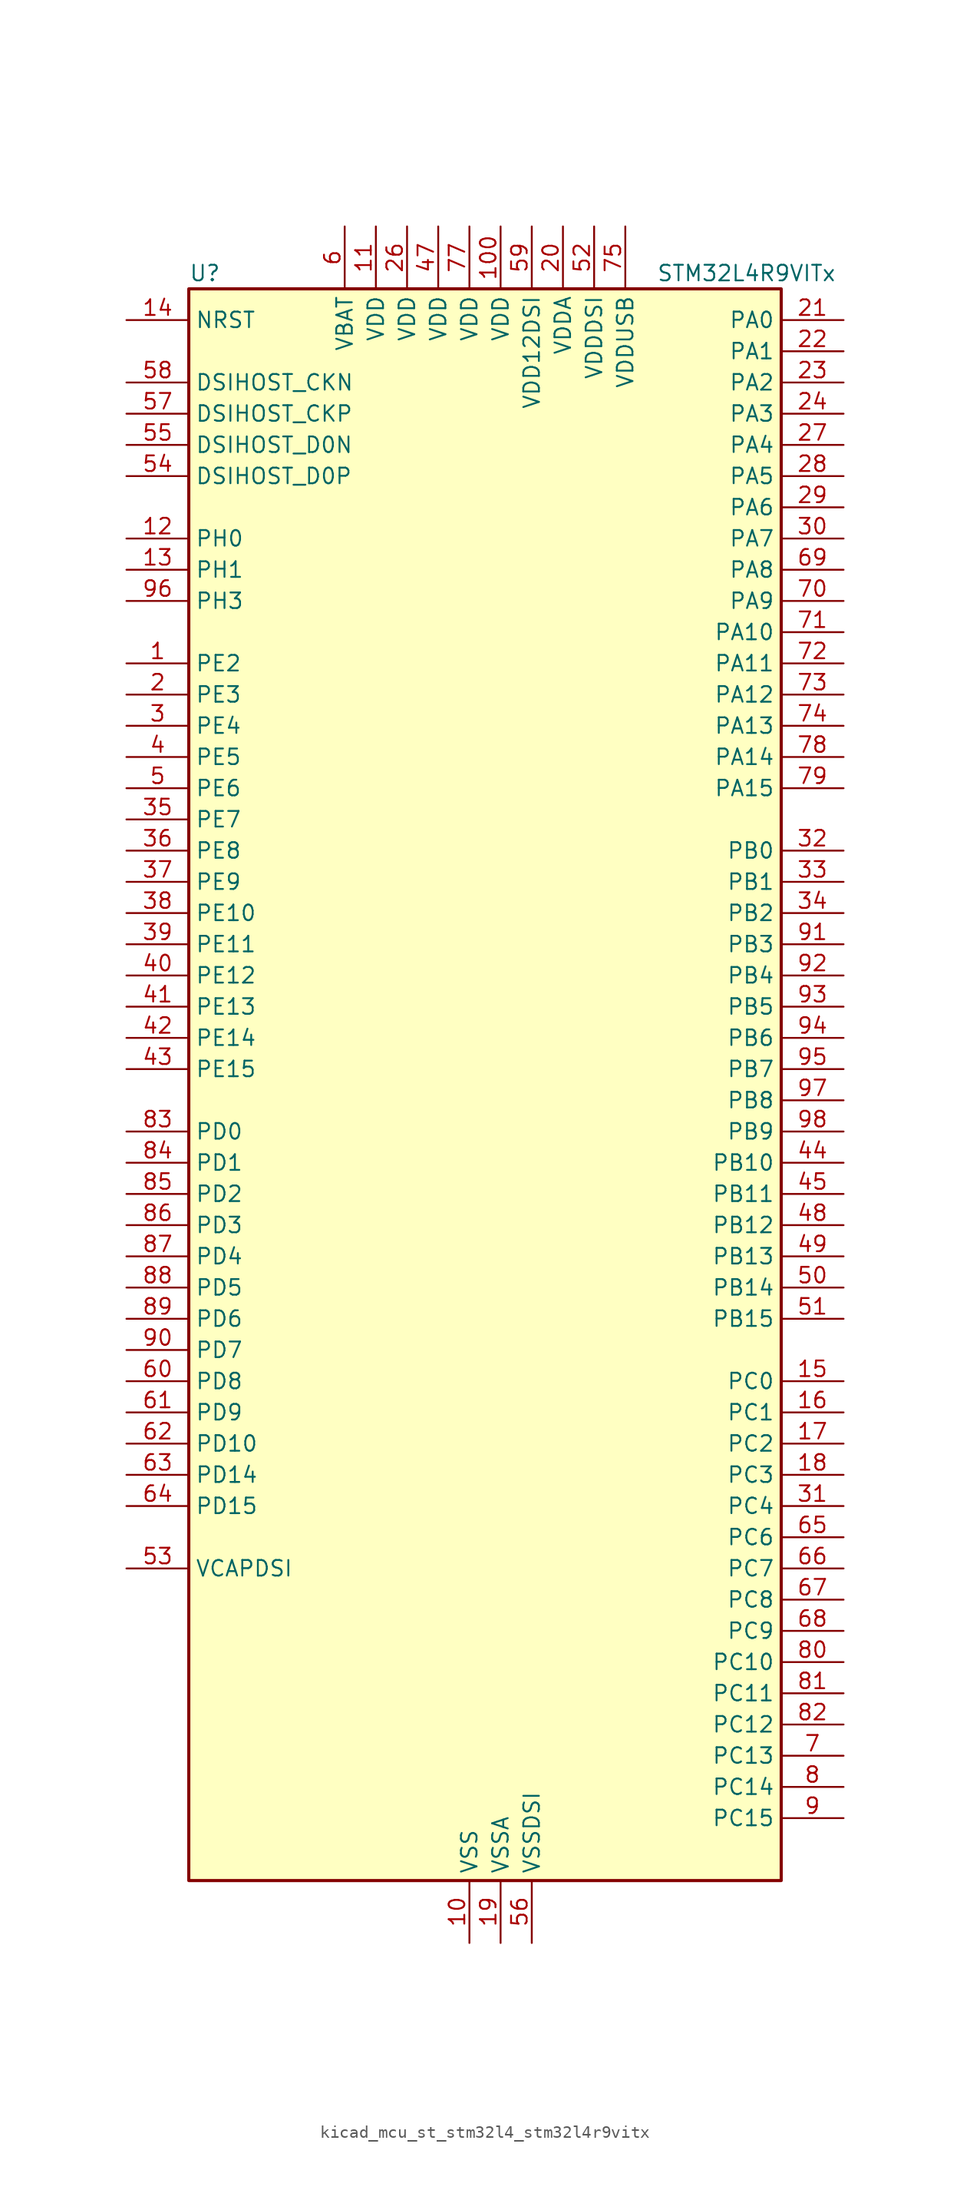
<source format=kicad_sym>
(kicad_symbol_lib
  (version 20220914)
  (generator kicad_symbol_editor)
  (symbol "kicad_mcu_st_stm32l4_stm32l4r9vitx"
    (property "Reference" "U"
      (at -22.86 67.31 0)
      (effects (font (size 1.27 1.27)) (justify left)))
    (property "Value" "STM32L4R9VITx"
      (at 15.24 67.31 0)
      (effects (font (size 1.27 1.27)) (justify left)))
    (property "ki_locked" ""
      (at 0 0 0)
      (effects (font (size 1.27 1.27))))
    (symbol "kicad_mcu_st_stm32l4_stm32l4r9vitx_0_1"
      (rectangle (start -22.86 -63.5) (end 25.4 66.04) (stroke (width 0.254) (type default)) (fill (type background))))
    (symbol "kicad_mcu_st_stm32l4_stm32l4r9vitx_1_1"
      (pin bidirectional line (at -27.94 35.56 0) (length 5.08) (name "PE2" (effects (font (size 1.27 1.27)))) (number "1" (effects (font (size 1.27 1.27)))) (alternate "FMC_A23" bidirectional line) (alternate "LTDC_R0" bidirectional line) (alternate "SAI1_CK1" bidirectional line) (alternate "SAI1_MCLK_A" bidirectional line) (alternate "SYS_TRACECLK" bidirectional line) (alternate "TIM3_ETR" bidirectional line) (alternate "TSC_G7_IO1" bidirectional line))
      (pin power_in line (at 0 -68.58 90) (length 5.08) (name "VSS" (effects (font (size 1.27 1.27)))) (number "10" (effects (font (size 1.27 1.27)))))
      (pin power_in line (at 2.54 71.12 270) (length 5.08) (name "VDD" (effects (font (size 1.27 1.27)))) (number "100" (effects (font (size 1.27 1.27)))))
      (pin power_in line (at -7.62 71.12 270) (length 5.08) (name "VDD" (effects (font (size 1.27 1.27)))) (number "11" (effects (font (size 1.27 1.27)))))
      (pin bidirectional line (at -27.94 45.72 0) (length 5.08) (name "PH0" (effects (font (size 1.27 1.27)))) (number "12" (effects (font (size 1.27 1.27)))) (alternate "RCC_OSC_IN" bidirectional line))
      (pin bidirectional line (at -27.94 43.18 0) (length 5.08) (name "PH1" (effects (font (size 1.27 1.27)))) (number "13" (effects (font (size 1.27 1.27)))) (alternate "RCC_OSC_OUT" bidirectional line))
      (pin input line (at -27.94 63.5 0) (length 5.08) (name "NRST" (effects (font (size 1.27 1.27)))) (number "14" (effects (font (size 1.27 1.27)))))
      (pin bidirectional line (at 30.48 -22.86 180) (length 5.08) (name "PC0" (effects (font (size 1.27 1.27)))) (number "15" (effects (font (size 1.27 1.27)))) (alternate "ADC1_IN1" bidirectional line) (alternate "DFSDM1_DATIN4" bidirectional line) (alternate "I2C3_SCL" bidirectional line) (alternate "LPTIM1_IN1" bidirectional line) (alternate "LPTIM2_IN1" bidirectional line) (alternate "LPUART1_RX" bidirectional line) (alternate "SAI2_FS_A" bidirectional line))
      (pin bidirectional line (at 30.48 -25.4 180) (length 5.08) (name "PC1" (effects (font (size 1.27 1.27)))) (number "16" (effects (font (size 1.27 1.27)))) (alternate "ADC1_IN2" bidirectional line) (alternate "DFSDM1_CKIN4" bidirectional line) (alternate "I2C3_SDA" bidirectional line) (alternate "LPTIM1_OUT" bidirectional line) (alternate "LPUART1_TX" bidirectional line) (alternate "OCTOSPIM_P1_IO4" bidirectional line) (alternate "SAI1_SD_A" bidirectional line) (alternate "SPI2_MOSI" bidirectional line) (alternate "SYS_TRACED0" bidirectional line))
      (pin bidirectional line (at 30.48 -27.94 180) (length 5.08) (name "PC2" (effects (font (size 1.27 1.27)))) (number "17" (effects (font (size 1.27 1.27)))) (alternate "ADC1_IN3" bidirectional line) (alternate "DFSDM1_CKOUT" bidirectional line) (alternate "LPTIM1_IN2" bidirectional line) (alternate "OCTOSPIM_P1_IO5" bidirectional line) (alternate "SPI2_MISO" bidirectional line))
      (pin bidirectional line (at 30.48 -30.48 180) (length 5.08) (name "PC3" (effects (font (size 1.27 1.27)))) (number "18" (effects (font (size 1.27 1.27)))) (alternate "ADC1_IN4" bidirectional line) (alternate "LPTIM1_ETR" bidirectional line) (alternate "LPTIM2_ETR" bidirectional line) (alternate "OCTOSPIM_P1_IO6" bidirectional line) (alternate "SAI1_D1" bidirectional line) (alternate "SAI1_SD_A" bidirectional line) (alternate "SPI2_MOSI" bidirectional line))
      (pin power_in line (at 2.54 -68.58 90) (length 5.08) (name "VSSA" (effects (font (size 1.27 1.27)))) (number "19" (effects (font (size 1.27 1.27)))))
      (pin bidirectional line (at -27.94 33.02 0) (length 5.08) (name "PE3" (effects (font (size 1.27 1.27)))) (number "2" (effects (font (size 1.27 1.27)))) (alternate "FMC_A19" bidirectional line) (alternate "LTDC_R1" bidirectional line) (alternate "OCTOSPIM_P1_DQS" bidirectional line) (alternate "SAI1_SD_B" bidirectional line) (alternate "SYS_TRACED0" bidirectional line) (alternate "TIM3_CH1" bidirectional line) (alternate "TSC_G7_IO2" bidirectional line))
      (pin power_in line (at 7.62 71.12 270) (length 5.08) (name "VDDA" (effects (font (size 1.27 1.27)))) (number "20" (effects (font (size 1.27 1.27)))))
      (pin bidirectional line (at 30.48 63.5 180) (length 5.08) (name "PA0" (effects (font (size 1.27 1.27)))) (number "21" (effects (font (size 1.27 1.27)))) (alternate "ADC1_IN5" bidirectional line) (alternate "OPAMP1_VINP" bidirectional line) (alternate "RTC_TAMP2" bidirectional line) (alternate "SAI1_EXTCLK" bidirectional line) (alternate "SYS_WKUP1" bidirectional line) (alternate "TIM2_CH1" bidirectional line) (alternate "TIM2_ETR" bidirectional line) (alternate "TIM5_CH1" bidirectional line) (alternate "TIM8_ETR" bidirectional line) (alternate "UART4_TX" bidirectional line) (alternate "USART2_CTS" bidirectional line) (alternate "USART2_NSS" bidirectional line))
      (pin bidirectional line (at 30.48 60.96 180) (length 5.08) (name "PA1" (effects (font (size 1.27 1.27)))) (number "22" (effects (font (size 1.27 1.27)))) (alternate "ADC1_IN6" bidirectional line) (alternate "I2C1_SMBA" bidirectional line) (alternate "OCTOSPIM_P1_DQS" bidirectional line) (alternate "OPAMP1_VINM" bidirectional line) (alternate "SPI1_SCK" bidirectional line) (alternate "TIM15_CH1N" bidirectional line) (alternate "TIM2_CH2" bidirectional line) (alternate "TIM5_CH2" bidirectional line) (alternate "UART4_RX" bidirectional line) (alternate "USART2_DE" bidirectional line) (alternate "USART2_RTS" bidirectional line))
      (pin bidirectional line (at 30.48 58.42 180) (length 5.08) (name "PA2" (effects (font (size 1.27 1.27)))) (number "23" (effects (font (size 1.27 1.27)))) (alternate "ADC1_IN7" bidirectional line) (alternate "LPUART1_TX" bidirectional line) (alternate "OCTOSPIM_P1_NCS" bidirectional line) (alternate "RCC_LSCO" bidirectional line) (alternate "SAI2_EXTCLK" bidirectional line) (alternate "SYS_WKUP4" bidirectional line) (alternate "TIM15_CH1" bidirectional line) (alternate "TIM2_CH3" bidirectional line) (alternate "TIM5_CH3" bidirectional line) (alternate "USART2_TX" bidirectional line))
      (pin bidirectional line (at 30.48 55.88 180) (length 5.08) (name "PA3" (effects (font (size 1.27 1.27)))) (number "24" (effects (font (size 1.27 1.27)))) (alternate "ADC1_IN8" bidirectional line) (alternate "LPUART1_RX" bidirectional line) (alternate "OCTOSPIM_P1_CLK" bidirectional line) (alternate "OPAMP1_VOUT" bidirectional line) (alternate "SAI1_CK1" bidirectional line) (alternate "SAI1_MCLK_A" bidirectional line) (alternate "TIM15_CH2" bidirectional line) (alternate "TIM2_CH4" bidirectional line) (alternate "TIM5_CH4" bidirectional line) (alternate "USART2_RX" bidirectional line))
      (pin passive line (at 0 -68.58 90) (length 5.08) hide (name "VSS" (effects (font (size 1.27 1.27)))) (number "25" (effects (font (size 1.27 1.27)))))
      (pin power_in line (at -5.08 71.12 270) (length 5.08) (name "VDD" (effects (font (size 1.27 1.27)))) (number "26" (effects (font (size 1.27 1.27)))))
      (pin bidirectional line (at 30.48 53.34 180) (length 5.08) (name "PA4" (effects (font (size 1.27 1.27)))) (number "27" (effects (font (size 1.27 1.27)))) (alternate "ADC1_IN9" bidirectional line) (alternate "DAC1_OUT1" bidirectional line) (alternate "DCMI_HSYNC" bidirectional line) (alternate "LPTIM2_OUT" bidirectional line) (alternate "OCTOSPIM_P1_NCS" bidirectional line) (alternate "SAI1_FS_B" bidirectional line) (alternate "SPI1_NSS" bidirectional line) (alternate "SPI3_NSS" bidirectional line) (alternate "USART2_CK" bidirectional line))
      (pin bidirectional line (at 30.48 50.8 180) (length 5.08) (name "PA5" (effects (font (size 1.27 1.27)))) (number "28" (effects (font (size 1.27 1.27)))) (alternate "ADC1_IN10" bidirectional line) (alternate "DAC1_OUT2" bidirectional line) (alternate "LPTIM2_ETR" bidirectional line) (alternate "SPI1_SCK" bidirectional line) (alternate "TIM2_CH1" bidirectional line) (alternate "TIM2_ETR" bidirectional line) (alternate "TIM8_CH1N" bidirectional line))
      (pin bidirectional line (at 30.48 48.26 180) (length 5.08) (name "PA6" (effects (font (size 1.27 1.27)))) (number "29" (effects (font (size 1.27 1.27)))) (alternate "ADC1_IN11" bidirectional line) (alternate "DCMI_PIXCLK" bidirectional line) (alternate "LPUART1_CTS" bidirectional line) (alternate "OCTOSPIM_P1_IO3" bidirectional line) (alternate "OPAMP2_VINP" bidirectional line) (alternate "SPI1_MISO" bidirectional line) (alternate "TIM16_CH1" bidirectional line) (alternate "TIM1_BKIN" bidirectional line) (alternate "TIM3_CH1" bidirectional line) (alternate "TIM8_BKIN" bidirectional line) (alternate "USART3_CTS" bidirectional line) (alternate "USART3_NSS" bidirectional line))
      (pin bidirectional line (at -27.94 30.48 0) (length 5.08) (name "PE4" (effects (font (size 1.27 1.27)))) (number "3" (effects (font (size 1.27 1.27)))) (alternate "DCMI_D4" bidirectional line) (alternate "DFSDM1_DATIN3" bidirectional line) (alternate "FMC_A20" bidirectional line) (alternate "LTDC_B0" bidirectional line) (alternate "SAI1_D2" bidirectional line) (alternate "SAI1_FS_A" bidirectional line) (alternate "SYS_TRACED1" bidirectional line) (alternate "TIM3_CH2" bidirectional line) (alternate "TSC_G7_IO3" bidirectional line))
      (pin bidirectional line (at 30.48 45.72 180) (length 5.08) (name "PA7" (effects (font (size 1.27 1.27)))) (number "30" (effects (font (size 1.27 1.27)))) (alternate "ADC1_IN12" bidirectional line) (alternate "I2C3_SCL" bidirectional line) (alternate "OCTOSPIM_P1_IO2" bidirectional line) (alternate "OPAMP2_VINM" bidirectional line) (alternate "SPI1_MOSI" bidirectional line) (alternate "TIM17_CH1" bidirectional line) (alternate "TIM1_CH1N" bidirectional line) (alternate "TIM3_CH2" bidirectional line) (alternate "TIM8_CH1N" bidirectional line))
      (pin bidirectional line (at 30.48 -33.02 180) (length 5.08) (name "PC4" (effects (font (size 1.27 1.27)))) (number "31" (effects (font (size 1.27 1.27)))) (alternate "ADC1_IN13" bidirectional line) (alternate "COMP1_INM" bidirectional line) (alternate "OCTOSPIM_P1_IO7" bidirectional line) (alternate "USART3_TX" bidirectional line))
      (pin bidirectional line (at 30.48 20.32 180) (length 5.08) (name "PB0" (effects (font (size 1.27 1.27)))) (number "32" (effects (font (size 1.27 1.27)))) (alternate "ADC1_IN15" bidirectional line) (alternate "COMP1_OUT" bidirectional line) (alternate "OCTOSPIM_P1_IO1" bidirectional line) (alternate "OPAMP2_VOUT" bidirectional line) (alternate "SAI1_EXTCLK" bidirectional line) (alternate "SPI1_NSS" bidirectional line) (alternate "TIM1_CH2N" bidirectional line) (alternate "TIM3_CH3" bidirectional line) (alternate "TIM8_CH2N" bidirectional line) (alternate "USART3_CK" bidirectional line))
      (pin bidirectional line (at 30.48 17.78 180) (length 5.08) (name "PB1" (effects (font (size 1.27 1.27)))) (number "33" (effects (font (size 1.27 1.27)))) (alternate "ADC1_IN16" bidirectional line) (alternate "COMP1_INM" bidirectional line) (alternate "DFSDM1_DATIN0" bidirectional line) (alternate "LPTIM2_IN1" bidirectional line) (alternate "LPUART1_DE" bidirectional line) (alternate "LPUART1_RTS" bidirectional line) (alternate "OCTOSPIM_P1_IO0" bidirectional line) (alternate "TIM1_CH3N" bidirectional line) (alternate "TIM3_CH4" bidirectional line) (alternate "TIM8_CH3N" bidirectional line) (alternate "USART3_DE" bidirectional line) (alternate "USART3_RTS" bidirectional line))
      (pin bidirectional line (at 30.48 15.24 180) (length 5.08) (name "PB2" (effects (font (size 1.27 1.27)))) (number "34" (effects (font (size 1.27 1.27)))) (alternate "COMP1_INP" bidirectional line) (alternate "DFSDM1_CKIN0" bidirectional line) (alternate "I2C3_SMBA" bidirectional line) (alternate "LPTIM1_OUT" bidirectional line) (alternate "LTDC_B1" bidirectional line) (alternate "OCTOSPIM_P1_DQS" bidirectional line) (alternate "RTC_OUT_ALARM" bidirectional line) (alternate "RTC_OUT_CALIB" bidirectional line))
      (pin bidirectional line (at -27.94 22.86 0) (length 5.08) (name "PE7" (effects (font (size 1.27 1.27)))) (number "35" (effects (font (size 1.27 1.27)))) (alternate "DFSDM1_DATIN2" bidirectional line) (alternate "FMC_D4" bidirectional line) (alternate "FMC_DA4" bidirectional line) (alternate "LTDC_B6" bidirectional line) (alternate "SAI1_SD_B" bidirectional line) (alternate "TIM1_ETR" bidirectional line))
      (pin bidirectional line (at -27.94 20.32 0) (length 5.08) (name "PE8" (effects (font (size 1.27 1.27)))) (number "36" (effects (font (size 1.27 1.27)))) (alternate "DFSDM1_CKIN2" bidirectional line) (alternate "FMC_D5" bidirectional line) (alternate "FMC_DA5" bidirectional line) (alternate "LTDC_B7" bidirectional line) (alternate "SAI1_SCK_B" bidirectional line) (alternate "TIM1_CH1N" bidirectional line))
      (pin bidirectional line (at -27.94 17.78 0) (length 5.08) (name "PE9" (effects (font (size 1.27 1.27)))) (number "37" (effects (font (size 1.27 1.27)))) (alternate "DAC1_EXTI9" bidirectional line) (alternate "DFSDM1_CKOUT" bidirectional line) (alternate "FMC_D6" bidirectional line) (alternate "FMC_DA6" bidirectional line) (alternate "LTDC_G2" bidirectional line) (alternate "SAI1_FS_B" bidirectional line) (alternate "TIM1_CH1" bidirectional line))
      (pin bidirectional line (at -27.94 15.24 0) (length 5.08) (name "PE10" (effects (font (size 1.27 1.27)))) (number "38" (effects (font (size 1.27 1.27)))) (alternate "DFSDM1_DATIN4" bidirectional line) (alternate "FMC_D7" bidirectional line) (alternate "FMC_DA7" bidirectional line) (alternate "LTDC_G3" bidirectional line) (alternate "OCTOSPIM_P1_CLK" bidirectional line) (alternate "SAI1_MCLK_B" bidirectional line) (alternate "TIM1_CH2N" bidirectional line) (alternate "TSC_G5_IO1" bidirectional line))
      (pin bidirectional line (at -27.94 12.7 0) (length 5.08) (name "PE11" (effects (font (size 1.27 1.27)))) (number "39" (effects (font (size 1.27 1.27)))) (alternate "ADC1_EXTI11" bidirectional line) (alternate "DFSDM1_CKIN4" bidirectional line) (alternate "FMC_D8" bidirectional line) (alternate "FMC_DA8" bidirectional line) (alternate "LTDC_G4" bidirectional line) (alternate "OCTOSPIM_P1_NCS" bidirectional line) (alternate "TIM1_CH2" bidirectional line) (alternate "TSC_G5_IO2" bidirectional line))
      (pin bidirectional line (at -27.94 27.94 0) (length 5.08) (name "PE5" (effects (font (size 1.27 1.27)))) (number "4" (effects (font (size 1.27 1.27)))) (alternate "DCMI_D6" bidirectional line) (alternate "DFSDM1_CKIN3" bidirectional line) (alternate "FMC_A21" bidirectional line) (alternate "LTDC_G0" bidirectional line) (alternate "SAI1_CK2" bidirectional line) (alternate "SAI1_SCK_A" bidirectional line) (alternate "SYS_TRACED2" bidirectional line) (alternate "TIM3_CH3" bidirectional line) (alternate "TSC_G7_IO4" bidirectional line))
      (pin bidirectional line (at -27.94 10.16 0) (length 5.08) (name "PE12" (effects (font (size 1.27 1.27)))) (number "40" (effects (font (size 1.27 1.27)))) (alternate "DFSDM1_DATIN5" bidirectional line) (alternate "FMC_D9" bidirectional line) (alternate "FMC_DA9" bidirectional line) (alternate "LTDC_G5" bidirectional line) (alternate "OCTOSPIM_P1_IO0" bidirectional line) (alternate "SPI1_NSS" bidirectional line) (alternate "TIM1_CH3N" bidirectional line) (alternate "TSC_G5_IO3" bidirectional line))
      (pin bidirectional line (at -27.94 7.62 0) (length 5.08) (name "PE13" (effects (font (size 1.27 1.27)))) (number "41" (effects (font (size 1.27 1.27)))) (alternate "DFSDM1_CKIN5" bidirectional line) (alternate "FMC_D10" bidirectional line) (alternate "FMC_DA10" bidirectional line) (alternate "LTDC_G6" bidirectional line) (alternate "OCTOSPIM_P1_IO1" bidirectional line) (alternate "SPI1_SCK" bidirectional line) (alternate "TIM1_CH3" bidirectional line) (alternate "TSC_G5_IO4" bidirectional line))
      (pin bidirectional line (at -27.94 5.08 0) (length 5.08) (name "PE14" (effects (font (size 1.27 1.27)))) (number "42" (effects (font (size 1.27 1.27)))) (alternate "FMC_D11" bidirectional line) (alternate "FMC_DA11" bidirectional line) (alternate "LTDC_G7" bidirectional line) (alternate "OCTOSPIM_P1_IO2" bidirectional line) (alternate "SPI1_MISO" bidirectional line) (alternate "TIM1_BKIN2" bidirectional line) (alternate "TIM1_CH4" bidirectional line))
      (pin bidirectional line (at -27.94 2.54 0) (length 5.08) (name "PE15" (effects (font (size 1.27 1.27)))) (number "43" (effects (font (size 1.27 1.27)))) (alternate "ADC1_EXTI15" bidirectional line) (alternate "FMC_D12" bidirectional line) (alternate "FMC_DA12" bidirectional line) (alternate "LTDC_R2" bidirectional line) (alternate "OCTOSPIM_P1_IO3" bidirectional line) (alternate "SPI1_MOSI" bidirectional line) (alternate "TIM1_BKIN" bidirectional line))
      (pin bidirectional line (at 30.48 -5.08 180) (length 5.08) (name "PB10" (effects (font (size 1.27 1.27)))) (number "44" (effects (font (size 1.27 1.27)))) (alternate "COMP1_OUT" bidirectional line) (alternate "DFSDM1_DATIN7" bidirectional line) (alternate "I2C2_SCL" bidirectional line) (alternate "I2C4_SCL" bidirectional line) (alternate "LPUART1_RX" bidirectional line) (alternate "OCTOSPIM_P1_CLK" bidirectional line) (alternate "SAI1_SCK_A" bidirectional line) (alternate "SPI2_SCK" bidirectional line) (alternate "TIM2_CH3" bidirectional line) (alternate "TSC_SYNC" bidirectional line) (alternate "USART3_TX" bidirectional line))
      (pin bidirectional line (at 30.48 -7.62 180) (length 5.08) (name "PB11" (effects (font (size 1.27 1.27)))) (number "45" (effects (font (size 1.27 1.27)))) (alternate "ADC1_EXTI11" bidirectional line) (alternate "COMP2_OUT" bidirectional line) (alternate "DFSDM1_CKIN7" bidirectional line) (alternate "DSIHOST_TE" bidirectional line) (alternate "I2C2_SDA" bidirectional line) (alternate "I2C4_SDA" bidirectional line) (alternate "LPUART1_TX" bidirectional line) (alternate "OCTOSPIM_P1_NCS" bidirectional line) (alternate "TIM2_CH4" bidirectional line) (alternate "USART3_RX" bidirectional line))
      (pin passive line (at 0 -68.58 90) (length 5.08) hide (name "VSS" (effects (font (size 1.27 1.27)))) (number "46" (effects (font (size 1.27 1.27)))))
      (pin power_in line (at -2.54 71.12 270) (length 5.08) (name "VDD" (effects (font (size 1.27 1.27)))) (number "47" (effects (font (size 1.27 1.27)))))
      (pin bidirectional line (at 30.48 -10.16 180) (length 5.08) (name "PB12" (effects (font (size 1.27 1.27)))) (number "48" (effects (font (size 1.27 1.27)))) (alternate "DFSDM1_DATIN1" bidirectional line) (alternate "I2C2_SMBA" bidirectional line) (alternate "LPUART1_DE" bidirectional line) (alternate "LPUART1_RTS" bidirectional line) (alternate "SAI2_FS_A" bidirectional line) (alternate "SPI2_NSS" bidirectional line) (alternate "TIM15_BKIN" bidirectional line) (alternate "TIM1_BKIN" bidirectional line) (alternate "TSC_G1_IO1" bidirectional line) (alternate "USART3_CK" bidirectional line))
      (pin bidirectional line (at 30.48 -12.7 180) (length 5.08) (name "PB13" (effects (font (size 1.27 1.27)))) (number "49" (effects (font (size 1.27 1.27)))) (alternate "DFSDM1_CKIN1" bidirectional line) (alternate "I2C2_SCL" bidirectional line) (alternate "LPUART1_CTS" bidirectional line) (alternate "SAI2_SCK_A" bidirectional line) (alternate "SPI2_SCK" bidirectional line) (alternate "TIM15_CH1N" bidirectional line) (alternate "TIM1_CH1N" bidirectional line) (alternate "TSC_G1_IO2" bidirectional line) (alternate "USART3_CTS" bidirectional line) (alternate "USART3_NSS" bidirectional line))
      (pin bidirectional line (at -27.94 25.4 0) (length 5.08) (name "PE6" (effects (font (size 1.27 1.27)))) (number "5" (effects (font (size 1.27 1.27)))) (alternate "DCMI_D7" bidirectional line) (alternate "FMC_A22" bidirectional line) (alternate "LTDC_G1" bidirectional line) (alternate "RTC_TAMP3" bidirectional line) (alternate "SAI1_D1" bidirectional line) (alternate "SAI1_SD_A" bidirectional line) (alternate "SYS_TRACED3" bidirectional line) (alternate "SYS_WKUP3" bidirectional line) (alternate "TIM3_CH4" bidirectional line))
      (pin bidirectional line (at 30.48 -15.24 180) (length 5.08) (name "PB14" (effects (font (size 1.27 1.27)))) (number "50" (effects (font (size 1.27 1.27)))) (alternate "DFSDM1_DATIN2" bidirectional line) (alternate "I2C2_SDA" bidirectional line) (alternate "SAI2_MCLK_A" bidirectional line) (alternate "SPI2_MISO" bidirectional line) (alternate "TIM15_CH1" bidirectional line) (alternate "TIM1_CH2N" bidirectional line) (alternate "TIM8_CH2N" bidirectional line) (alternate "TSC_G1_IO3" bidirectional line) (alternate "USART3_DE" bidirectional line) (alternate "USART3_RTS" bidirectional line))
      (pin bidirectional line (at 30.48 -17.78 180) (length 5.08) (name "PB15" (effects (font (size 1.27 1.27)))) (number "51" (effects (font (size 1.27 1.27)))) (alternate "ADC1_EXTI15" bidirectional line) (alternate "DFSDM1_CKIN2" bidirectional line) (alternate "RTC_REFIN" bidirectional line) (alternate "SAI2_SD_A" bidirectional line) (alternate "SPI2_MOSI" bidirectional line) (alternate "TIM15_CH2" bidirectional line) (alternate "TIM1_CH3N" bidirectional line) (alternate "TIM8_CH3N" bidirectional line) (alternate "TSC_G1_IO4" bidirectional line))
      (pin power_in line (at 10.16 71.12 270) (length 5.08) (name "VDDDSI" (effects (font (size 1.27 1.27)))) (number "52" (effects (font (size 1.27 1.27)))))
      (pin power_out line (at -27.94 -38.1 0) (length 5.08) (name "VCAPDSI" (effects (font (size 1.27 1.27)))) (number "53" (effects (font (size 1.27 1.27)))))
      (pin bidirectional line (at -27.94 50.8 0) (length 5.08) (name "DSIHOST_D0P" (effects (font (size 1.27 1.27)))) (number "54" (effects (font (size 1.27 1.27)))) (alternate "DSIHOST_D0P" bidirectional line))
      (pin bidirectional line (at -27.94 53.34 0) (length 5.08) (name "DSIHOST_D0N" (effects (font (size 1.27 1.27)))) (number "55" (effects (font (size 1.27 1.27)))) (alternate "DSIHOST_D0N" bidirectional line))
      (pin power_in line (at 5.08 -68.58 90) (length 5.08) (name "VSSDSI" (effects (font (size 1.27 1.27)))) (number "56" (effects (font (size 1.27 1.27)))))
      (pin bidirectional line (at -27.94 55.88 0) (length 5.08) (name "DSIHOST_CKP" (effects (font (size 1.27 1.27)))) (number "57" (effects (font (size 1.27 1.27)))) (alternate "DSIHOST_CKP" bidirectional line))
      (pin bidirectional line (at -27.94 58.42 0) (length 5.08) (name "DSIHOST_CKN" (effects (font (size 1.27 1.27)))) (number "58" (effects (font (size 1.27 1.27)))) (alternate "DSIHOST_CKN" bidirectional line))
      (pin power_in line (at 5.08 71.12 270) (length 5.08) (name "VDD12DSI" (effects (font (size 1.27 1.27)))) (number "59" (effects (font (size 1.27 1.27)))))
      (pin power_in line (at -10.16 71.12 270) (length 5.08) (name "VBAT" (effects (font (size 1.27 1.27)))) (number "6" (effects (font (size 1.27 1.27)))))
      (pin bidirectional line (at -27.94 -22.86 0) (length 5.08) (name "PD8" (effects (font (size 1.27 1.27)))) (number "60" (effects (font (size 1.27 1.27)))) (alternate "DCMI_HSYNC" bidirectional line) (alternate "FMC_D13" bidirectional line) (alternate "FMC_DA13" bidirectional line) (alternate "LTDC_R3" bidirectional line) (alternate "USART3_TX" bidirectional line))
      (pin bidirectional line (at -27.94 -25.4 0) (length 5.08) (name "PD9" (effects (font (size 1.27 1.27)))) (number "61" (effects (font (size 1.27 1.27)))) (alternate "DAC1_EXTI9" bidirectional line) (alternate "DCMI_PIXCLK" bidirectional line) (alternate "FMC_D14" bidirectional line) (alternate "FMC_DA14" bidirectional line) (alternate "LTDC_R4" bidirectional line) (alternate "SAI2_MCLK_A" bidirectional line) (alternate "USART3_RX" bidirectional line))
      (pin bidirectional line (at -27.94 -27.94 0) (length 5.08) (name "PD10" (effects (font (size 1.27 1.27)))) (number "62" (effects (font (size 1.27 1.27)))) (alternate "FMC_D15" bidirectional line) (alternate "FMC_DA15" bidirectional line) (alternate "LTDC_R5" bidirectional line) (alternate "SAI2_SCK_A" bidirectional line) (alternate "TSC_G6_IO1" bidirectional line) (alternate "USART3_CK" bidirectional line))
      (pin bidirectional line (at -27.94 -30.48 0) (length 5.08) (name "PD14" (effects (font (size 1.27 1.27)))) (number "63" (effects (font (size 1.27 1.27)))) (alternate "FMC_D0" bidirectional line) (alternate "FMC_DA0" bidirectional line) (alternate "LTDC_B2" bidirectional line) (alternate "TIM4_CH3" bidirectional line))
      (pin bidirectional line (at -27.94 -33.02 0) (length 5.08) (name "PD15" (effects (font (size 1.27 1.27)))) (number "64" (effects (font (size 1.27 1.27)))) (alternate "ADC1_EXTI15" bidirectional line) (alternate "FMC_D1" bidirectional line) (alternate "FMC_DA1" bidirectional line) (alternate "LTDC_B3" bidirectional line) (alternate "TIM4_CH4" bidirectional line))
      (pin bidirectional line (at 30.48 -35.56 180) (length 5.08) (name "PC6" (effects (font (size 1.27 1.27)))) (number "65" (effects (font (size 1.27 1.27)))) (alternate "DCMI_D0" bidirectional line) (alternate "DFSDM1_CKIN3" bidirectional line) (alternate "LTDC_R0" bidirectional line) (alternate "SAI2_MCLK_A" bidirectional line) (alternate "SDMMC1_D0DIR" bidirectional line) (alternate "SDMMC1_D6" bidirectional line) (alternate "TIM3_CH1" bidirectional line) (alternate "TIM8_CH1" bidirectional line) (alternate "TSC_G4_IO1" bidirectional line))
      (pin bidirectional line (at 30.48 -38.1 180) (length 5.08) (name "PC7" (effects (font (size 1.27 1.27)))) (number "66" (effects (font (size 1.27 1.27)))) (alternate "DCMI_D1" bidirectional line) (alternate "DFSDM1_DATIN3" bidirectional line) (alternate "LTDC_R1" bidirectional line) (alternate "SAI2_MCLK_B" bidirectional line) (alternate "SDMMC1_D123DIR" bidirectional line) (alternate "SDMMC1_D7" bidirectional line) (alternate "TIM3_CH2" bidirectional line) (alternate "TIM8_CH2" bidirectional line) (alternate "TSC_G4_IO2" bidirectional line))
      (pin bidirectional line (at 30.48 -40.64 180) (length 5.08) (name "PC8" (effects (font (size 1.27 1.27)))) (number "67" (effects (font (size 1.27 1.27)))) (alternate "DCMI_D2" bidirectional line) (alternate "SDMMC1_D0" bidirectional line) (alternate "TIM3_CH3" bidirectional line) (alternate "TIM8_CH3" bidirectional line) (alternate "TSC_G4_IO3" bidirectional line))
      (pin bidirectional line (at 30.48 -43.18 180) (length 5.08) (name "PC9" (effects (font (size 1.27 1.27)))) (number "68" (effects (font (size 1.27 1.27)))) (alternate "DAC1_EXTI9" bidirectional line) (alternate "DCMI_D3" bidirectional line) (alternate "I2C3_SDA" bidirectional line) (alternate "SAI2_EXTCLK" bidirectional line) (alternate "SDMMC1_D1" bidirectional line) (alternate "SYS_TRACED0" bidirectional line) (alternate "TIM3_CH4" bidirectional line) (alternate "TIM8_BKIN2" bidirectional line) (alternate "TIM8_CH4" bidirectional line) (alternate "TSC_G4_IO4" bidirectional line) (alternate "USB_OTG_FS_NOE" bidirectional line))
      (pin bidirectional line (at 30.48 43.18 180) (length 5.08) (name "PA8" (effects (font (size 1.27 1.27)))) (number "69" (effects (font (size 1.27 1.27)))) (alternate "LPTIM2_OUT" bidirectional line) (alternate "RCC_MCO" bidirectional line) (alternate "SAI1_CK2" bidirectional line) (alternate "SAI1_SCK_A" bidirectional line) (alternate "TIM1_CH1" bidirectional line) (alternate "USART1_CK" bidirectional line) (alternate "USB_OTG_FS_SOF" bidirectional line))
      (pin bidirectional line (at 30.48 -53.34 180) (length 5.08) (name "PC13" (effects (font (size 1.27 1.27)))) (number "7" (effects (font (size 1.27 1.27)))) (alternate "RTC_OUT_ALARM" bidirectional line) (alternate "RTC_OUT_CALIB" bidirectional line) (alternate "RTC_TAMP1" bidirectional line) (alternate "RTC_TS" bidirectional line) (alternate "SYS_WKUP2" bidirectional line))
      (pin bidirectional line (at 30.48 40.64 180) (length 5.08) (name "PA9" (effects (font (size 1.27 1.27)))) (number "70" (effects (font (size 1.27 1.27)))) (alternate "DAC1_EXTI9" bidirectional line) (alternate "DCMI_D0" bidirectional line) (alternate "SAI1_FS_A" bidirectional line) (alternate "SPI2_SCK" bidirectional line) (alternate "TIM15_BKIN" bidirectional line) (alternate "TIM1_CH2" bidirectional line) (alternate "USART1_TX" bidirectional line) (alternate "USB_OTG_FS_VBUS" bidirectional line))
      (pin bidirectional line (at 30.48 38.1 180) (length 5.08) (name "PA10" (effects (font (size 1.27 1.27)))) (number "71" (effects (font (size 1.27 1.27)))) (alternate "DCMI_D1" bidirectional line) (alternate "SAI1_D1" bidirectional line) (alternate "SAI1_SD_A" bidirectional line) (alternate "TIM17_BKIN" bidirectional line) (alternate "TIM1_CH3" bidirectional line) (alternate "USART1_RX" bidirectional line) (alternate "USB_OTG_FS_ID" bidirectional line))
      (pin bidirectional line (at 30.48 35.56 180) (length 5.08) (name "PA11" (effects (font (size 1.27 1.27)))) (number "72" (effects (font (size 1.27 1.27)))) (alternate "ADC1_EXTI11" bidirectional line) (alternate "CAN1_RX" bidirectional line) (alternate "SPI1_MISO" bidirectional line) (alternate "TIM1_BKIN2" bidirectional line) (alternate "TIM1_CH4" bidirectional line) (alternate "USART1_CTS" bidirectional line) (alternate "USART1_NSS" bidirectional line) (alternate "USB_OTG_FS_DM" bidirectional line))
      (pin bidirectional line (at 30.48 33.02 180) (length 5.08) (name "PA12" (effects (font (size 1.27 1.27)))) (number "73" (effects (font (size 1.27 1.27)))) (alternate "CAN1_TX" bidirectional line) (alternate "SPI1_MOSI" bidirectional line) (alternate "TIM1_ETR" bidirectional line) (alternate "USART1_DE" bidirectional line) (alternate "USART1_RTS" bidirectional line) (alternate "USB_OTG_FS_DP" bidirectional line))
      (pin bidirectional line (at 30.48 30.48 180) (length 5.08) (name "PA13" (effects (font (size 1.27 1.27)))) (number "74" (effects (font (size 1.27 1.27)))) (alternate "IR_OUT" bidirectional line) (alternate "SAI1_SD_B" bidirectional line) (alternate "SYS_JTMS-SWDIO" bidirectional line) (alternate "USB_OTG_FS_NOE" bidirectional line))
      (pin power_in line (at 12.7 71.12 270) (length 5.08) (name "VDDUSB" (effects (font (size 1.27 1.27)))) (number "75" (effects (font (size 1.27 1.27)))))
      (pin passive line (at 0 -68.58 90) (length 5.08) hide (name "VSS" (effects (font (size 1.27 1.27)))) (number "76" (effects (font (size 1.27 1.27)))))
      (pin power_in line (at 0 71.12 270) (length 5.08) (name "VDD" (effects (font (size 1.27 1.27)))) (number "77" (effects (font (size 1.27 1.27)))))
      (pin bidirectional line (at 30.48 27.94 180) (length 5.08) (name "PA14" (effects (font (size 1.27 1.27)))) (number "78" (effects (font (size 1.27 1.27)))) (alternate "I2C1_SMBA" bidirectional line) (alternate "I2C4_SMBA" bidirectional line) (alternate "LPTIM1_OUT" bidirectional line) (alternate "SAI1_FS_B" bidirectional line) (alternate "SYS_JTCK-SWCLK" bidirectional line) (alternate "USB_OTG_FS_SOF" bidirectional line))
      (pin bidirectional line (at 30.48 25.4 180) (length 5.08) (name "PA15" (effects (font (size 1.27 1.27)))) (number "79" (effects (font (size 1.27 1.27)))) (alternate "ADC1_EXTI15" bidirectional line) (alternate "SAI2_FS_B" bidirectional line) (alternate "SPI1_NSS" bidirectional line) (alternate "SPI3_NSS" bidirectional line) (alternate "SYS_JTDI" bidirectional line) (alternate "TIM2_CH1" bidirectional line) (alternate "TIM2_ETR" bidirectional line) (alternate "TSC_G3_IO1" bidirectional line) (alternate "UART4_DE" bidirectional line) (alternate "UART4_RTS" bidirectional line) (alternate "USART2_RX" bidirectional line) (alternate "USART3_DE" bidirectional line) (alternate "USART3_RTS" bidirectional line))
      (pin bidirectional line (at 30.48 -55.88 180) (length 5.08) (name "PC14" (effects (font (size 1.27 1.27)))) (number "8" (effects (font (size 1.27 1.27)))) (alternate "RCC_OSC32_IN" bidirectional line))
      (pin bidirectional line (at 30.48 -45.72 180) (length 5.08) (name "PC10" (effects (font (size 1.27 1.27)))) (number "80" (effects (font (size 1.27 1.27)))) (alternate "DCMI_D8" bidirectional line) (alternate "SAI2_SCK_B" bidirectional line) (alternate "SDMMC1_D2" bidirectional line) (alternate "SPI3_SCK" bidirectional line) (alternate "SYS_TRACED1" bidirectional line) (alternate "TSC_G3_IO2" bidirectional line) (alternate "UART4_TX" bidirectional line) (alternate "USART3_TX" bidirectional line))
      (pin bidirectional line (at 30.48 -48.26 180) (length 5.08) (name "PC11" (effects (font (size 1.27 1.27)))) (number "81" (effects (font (size 1.27 1.27)))) (alternate "ADC1_EXTI11" bidirectional line) (alternate "DCMI_D2" bidirectional line) (alternate "DCMI_D4" bidirectional line) (alternate "OCTOSPIM_P1_NCS" bidirectional line) (alternate "SAI2_MCLK_B" bidirectional line) (alternate "SDMMC1_D3" bidirectional line) (alternate "SPI3_MISO" bidirectional line) (alternate "TSC_G3_IO3" bidirectional line) (alternate "UART4_RX" bidirectional line) (alternate "USART3_RX" bidirectional line))
      (pin bidirectional line (at 30.48 -50.8 180) (length 5.08) (name "PC12" (effects (font (size 1.27 1.27)))) (number "82" (effects (font (size 1.27 1.27)))) (alternate "DCMI_D9" bidirectional line) (alternate "SAI2_SD_B" bidirectional line) (alternate "SDMMC1_CK" bidirectional line) (alternate "SPI3_MOSI" bidirectional line) (alternate "SYS_TRACED3" bidirectional line) (alternate "TSC_G3_IO4" bidirectional line) (alternate "UART5_TX" bidirectional line) (alternate "USART3_CK" bidirectional line))
      (pin bidirectional line (at -27.94 -2.54 0) (length 5.08) (name "PD0" (effects (font (size 1.27 1.27)))) (number "83" (effects (font (size 1.27 1.27)))) (alternate "CAN1_RX" bidirectional line) (alternate "DFSDM1_DATIN7" bidirectional line) (alternate "FMC_D2" bidirectional line) (alternate "FMC_DA2" bidirectional line) (alternate "LTDC_B4" bidirectional line) (alternate "SPI2_NSS" bidirectional line))
      (pin bidirectional line (at -27.94 -5.08 0) (length 5.08) (name "PD1" (effects (font (size 1.27 1.27)))) (number "84" (effects (font (size 1.27 1.27)))) (alternate "CAN1_TX" bidirectional line) (alternate "DFSDM1_CKIN7" bidirectional line) (alternate "FMC_D3" bidirectional line) (alternate "FMC_DA3" bidirectional line) (alternate "LTDC_B5" bidirectional line) (alternate "SPI2_SCK" bidirectional line))
      (pin bidirectional line (at -27.94 -7.62 0) (length 5.08) (name "PD2" (effects (font (size 1.27 1.27)))) (number "85" (effects (font (size 1.27 1.27)))) (alternate "DCMI_D11" bidirectional line) (alternate "SDMMC1_CMD" bidirectional line) (alternate "SYS_TRACED2" bidirectional line) (alternate "TIM3_ETR" bidirectional line) (alternate "TSC_SYNC" bidirectional line) (alternate "UART5_RX" bidirectional line) (alternate "USART3_DE" bidirectional line) (alternate "USART3_RTS" bidirectional line))
      (pin bidirectional line (at -27.94 -10.16 0) (length 5.08) (name "PD3" (effects (font (size 1.27 1.27)))) (number "86" (effects (font (size 1.27 1.27)))) (alternate "DCMI_D5" bidirectional line) (alternate "DFSDM1_DATIN0" bidirectional line) (alternate "FMC_CLK" bidirectional line) (alternate "LTDC_CLK" bidirectional line) (alternate "OCTOSPIM_P2_NCS" bidirectional line) (alternate "SPI2_MISO" bidirectional line) (alternate "SPI2_SCK" bidirectional line) (alternate "USART2_CTS" bidirectional line) (alternate "USART2_NSS" bidirectional line))
      (pin bidirectional line (at -27.94 -12.7 0) (length 5.08) (name "PD4" (effects (font (size 1.27 1.27)))) (number "87" (effects (font (size 1.27 1.27)))) (alternate "DFSDM1_CKIN0" bidirectional line) (alternate "FMC_NOE" bidirectional line) (alternate "OCTOSPIM_P1_IO4" bidirectional line) (alternate "SPI2_MOSI" bidirectional line) (alternate "USART2_DE" bidirectional line) (alternate "USART2_RTS" bidirectional line))
      (pin bidirectional line (at -27.94 -15.24 0) (length 5.08) (name "PD5" (effects (font (size 1.27 1.27)))) (number "88" (effects (font (size 1.27 1.27)))) (alternate "FMC_NWE" bidirectional line) (alternate "OCTOSPIM_P1_IO5" bidirectional line) (alternate "USART2_TX" bidirectional line))
      (pin bidirectional line (at -27.94 -17.78 0) (length 5.08) (name "PD6" (effects (font (size 1.27 1.27)))) (number "89" (effects (font (size 1.27 1.27)))) (alternate "DCMI_D10" bidirectional line) (alternate "DFSDM1_DATIN1" bidirectional line) (alternate "FMC_NWAIT" bidirectional line) (alternate "LTDC_DE" bidirectional line) (alternate "OCTOSPIM_P1_IO6" bidirectional line) (alternate "SAI1_D1" bidirectional line) (alternate "SAI1_SD_A" bidirectional line) (alternate "SPI3_MOSI" bidirectional line) (alternate "USART2_RX" bidirectional line))
      (pin bidirectional line (at 30.48 -58.42 180) (length 5.08) (name "PC15" (effects (font (size 1.27 1.27)))) (number "9" (effects (font (size 1.27 1.27)))) (alternate "ADC1_EXTI15" bidirectional line) (alternate "RCC_OSC32_OUT" bidirectional line))
      (pin bidirectional line (at -27.94 -20.32 0) (length 5.08) (name "PD7" (effects (font (size 1.27 1.27)))) (number "90" (effects (font (size 1.27 1.27)))) (alternate "DFSDM1_CKIN1" bidirectional line) (alternate "FMC_NE1" bidirectional line) (alternate "OCTOSPIM_P1_IO7" bidirectional line) (alternate "USART2_CK" bidirectional line))
      (pin bidirectional line (at 30.48 12.7 180) (length 5.08) (name "PB3" (effects (font (size 1.27 1.27)))) (number "91" (effects (font (size 1.27 1.27)))) (alternate "COMP2_INM" bidirectional line) (alternate "CRS_SYNC" bidirectional line) (alternate "SAI1_SCK_B" bidirectional line) (alternate "SPI1_SCK" bidirectional line) (alternate "SPI3_SCK" bidirectional line) (alternate "SYS_JTDO-SWO" bidirectional line) (alternate "TIM2_CH2" bidirectional line) (alternate "USART1_DE" bidirectional line) (alternate "USART1_RTS" bidirectional line))
      (pin bidirectional line (at 30.48 10.16 180) (length 5.08) (name "PB4" (effects (font (size 1.27 1.27)))) (number "92" (effects (font (size 1.27 1.27)))) (alternate "COMP2_INP" bidirectional line) (alternate "DCMI_D12" bidirectional line) (alternate "I2C3_SDA" bidirectional line) (alternate "SAI1_MCLK_B" bidirectional line) (alternate "SPI1_MISO" bidirectional line) (alternate "SPI3_MISO" bidirectional line) (alternate "SYS_JTRST" bidirectional line) (alternate "TIM17_BKIN" bidirectional line) (alternate "TIM3_CH1" bidirectional line) (alternate "TSC_G2_IO1" bidirectional line) (alternate "UART5_DE" bidirectional line) (alternate "UART5_RTS" bidirectional line) (alternate "USART1_CTS" bidirectional line) (alternate "USART1_NSS" bidirectional line))
      (pin bidirectional line (at 30.48 7.62 180) (length 5.08) (name "PB5" (effects (font (size 1.27 1.27)))) (number "93" (effects (font (size 1.27 1.27)))) (alternate "COMP2_OUT" bidirectional line) (alternate "DCMI_D10" bidirectional line) (alternate "I2C1_SMBA" bidirectional line) (alternate "LPTIM1_IN1" bidirectional line) (alternate "SAI1_SD_B" bidirectional line) (alternate "SPI1_MOSI" bidirectional line) (alternate "SPI3_MOSI" bidirectional line) (alternate "TIM16_BKIN" bidirectional line) (alternate "TIM3_CH2" bidirectional line) (alternate "TSC_G2_IO2" bidirectional line) (alternate "UART5_CTS" bidirectional line) (alternate "USART1_CK" bidirectional line))
      (pin bidirectional line (at 30.48 5.08 180) (length 5.08) (name "PB6" (effects (font (size 1.27 1.27)))) (number "94" (effects (font (size 1.27 1.27)))) (alternate "COMP2_INP" bidirectional line) (alternate "DCMI_D5" bidirectional line) (alternate "DFSDM1_DATIN5" bidirectional line) (alternate "I2C1_SCL" bidirectional line) (alternate "I2C4_SCL" bidirectional line) (alternate "LPTIM1_ETR" bidirectional line) (alternate "SAI1_FS_B" bidirectional line) (alternate "TIM16_CH1N" bidirectional line) (alternate "TIM4_CH1" bidirectional line) (alternate "TIM8_BKIN2" bidirectional line) (alternate "TSC_G2_IO3" bidirectional line) (alternate "USART1_TX" bidirectional line))
      (pin bidirectional line (at 30.48 2.54 180) (length 5.08) (name "PB7" (effects (font (size 1.27 1.27)))) (number "95" (effects (font (size 1.27 1.27)))) (alternate "COMP2_INM" bidirectional line) (alternate "DCMI_VSYNC" bidirectional line) (alternate "DFSDM1_CKIN5" bidirectional line) (alternate "DSIHOST_TE" bidirectional line) (alternate "FMC_NL" bidirectional line) (alternate "I2C1_SDA" bidirectional line) (alternate "I2C4_SDA" bidirectional line) (alternate "LPTIM1_IN2" bidirectional line) (alternate "SYS_PVD_IN" bidirectional line) (alternate "TIM17_CH1N" bidirectional line) (alternate "TIM4_CH2" bidirectional line) (alternate "TIM8_BKIN" bidirectional line) (alternate "TSC_G2_IO4" bidirectional line) (alternate "UART4_CTS" bidirectional line) (alternate "USART1_RX" bidirectional line))
      (pin bidirectional line (at -27.94 40.64 0) (length 5.08) (name "PH3" (effects (font (size 1.27 1.27)))) (number "96" (effects (font (size 1.27 1.27)))))
      (pin bidirectional line (at 30.48 0 180) (length 5.08) (name "PB8" (effects (font (size 1.27 1.27)))) (number "97" (effects (font (size 1.27 1.27)))) (alternate "CAN1_RX" bidirectional line) (alternate "DCMI_D6" bidirectional line) (alternate "DFSDM1_CKOUT" bidirectional line) (alternate "DFSDM1_DATIN6" bidirectional line) (alternate "I2C1_SCL" bidirectional line) (alternate "LTDC_B1" bidirectional line) (alternate "SAI1_CK1" bidirectional line) (alternate "SAI1_MCLK_A" bidirectional line) (alternate "SDMMC1_CKIN" bidirectional line) (alternate "SDMMC1_D4" bidirectional line) (alternate "TIM16_CH1" bidirectional line) (alternate "TIM4_CH3" bidirectional line))
      (pin bidirectional line (at 30.48 -2.54 180) (length 5.08) (name "PB9" (effects (font (size 1.27 1.27)))) (number "98" (effects (font (size 1.27 1.27)))) (alternate "CAN1_TX" bidirectional line) (alternate "DAC1_EXTI9" bidirectional line) (alternate "DCMI_D7" bidirectional line) (alternate "DFSDM1_CKIN6" bidirectional line) (alternate "I2C1_SDA" bidirectional line) (alternate "IR_OUT" bidirectional line) (alternate "SAI1_D2" bidirectional line) (alternate "SAI1_FS_A" bidirectional line) (alternate "SDMMC1_CDIR" bidirectional line) (alternate "SDMMC1_D5" bidirectional line) (alternate "SPI2_NSS" bidirectional line) (alternate "TIM17_CH1" bidirectional line) (alternate "TIM4_CH4" bidirectional line))
      (pin passive line (at 0 -68.58 90) (length 5.08) hide (name "VSS" (effects (font (size 1.27 1.27)))) (number "99" (effects (font (size 1.27 1.27))))))))
</source>
